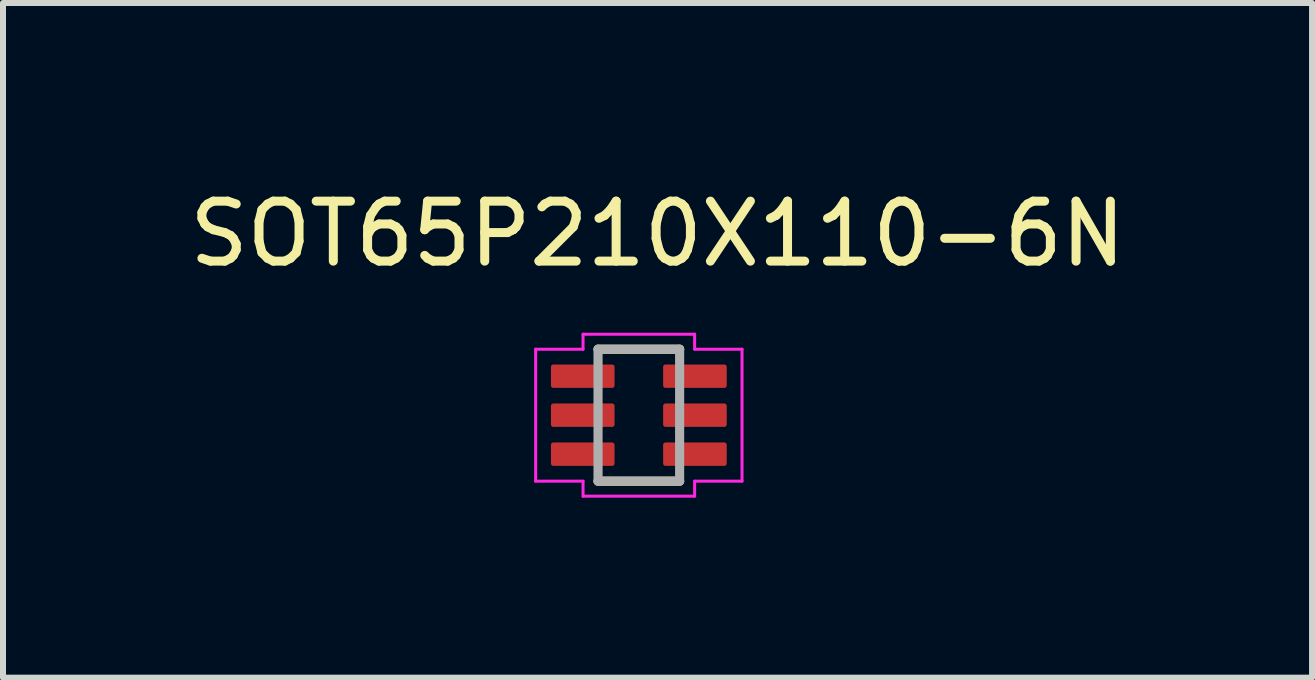
<source format=kicad_pcb>
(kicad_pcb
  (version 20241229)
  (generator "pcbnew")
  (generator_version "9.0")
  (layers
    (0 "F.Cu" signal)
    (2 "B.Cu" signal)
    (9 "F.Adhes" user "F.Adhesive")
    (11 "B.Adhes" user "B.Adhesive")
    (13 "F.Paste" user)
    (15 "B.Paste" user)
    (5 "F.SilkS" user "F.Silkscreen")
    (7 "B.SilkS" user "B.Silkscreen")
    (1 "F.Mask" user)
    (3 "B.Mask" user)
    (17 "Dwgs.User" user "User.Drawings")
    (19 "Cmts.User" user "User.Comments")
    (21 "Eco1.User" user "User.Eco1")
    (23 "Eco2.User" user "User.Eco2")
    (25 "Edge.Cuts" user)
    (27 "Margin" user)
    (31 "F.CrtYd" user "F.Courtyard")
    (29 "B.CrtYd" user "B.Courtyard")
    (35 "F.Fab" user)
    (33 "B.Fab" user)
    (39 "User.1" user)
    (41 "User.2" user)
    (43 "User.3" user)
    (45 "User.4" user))
  (footprint "SOT65P210X110-6N"
    (layer "F.Cu")
    (at 7.599 3.871)
    (property "Reference" "SOT65P210X110-6N" (at 0.312 -3.023 0) (layer "F.SilkS") (effects (font (size 1 1) (thickness 0.15))))
    (attr through_hole)
    (fp_line (start -0.68 1.1) (end 0.68 1.1) (stroke (width 0.152) (type solid)) (layer "F.SilkS"))
    (fp_line (start 0.68 -1.1) (end -0.68 -1.1) (stroke (width 0.152) (type solid)) (layer "F.SilkS"))
    (fp_line (start -1.72 -1.1) (end -0.93 -1.1) (stroke (width 0.05) (type solid)) (layer "F.CrtYd"))
    (fp_line (start -1.72 1.1) (end -1.72 -1.1) (stroke (width 0.05) (type solid)) (layer "F.CrtYd"))
    (fp_line (start -0.93 -1.35) (end 0.93 -1.35) (stroke (width 0.05) (type solid)) (layer "F.CrtYd"))
    (fp_line (start -0.93 -1.1) (end -0.93 -1.35) (stroke (width 0.05) (type solid)) (layer "F.CrtYd"))
    (fp_line (start -0.93 1.1) (end -1.72 1.1) (stroke (width 0.05) (type solid)) (layer "F.CrtYd"))
    (fp_line (start -0.93 1.35) (end -0.93 1.1) (stroke (width 0.05) (type solid)) (layer "F.CrtYd"))
    (fp_line (start 0.93 -1.35) (end 0.93 -1.1) (stroke (width 0.05) (type solid)) (layer "F.CrtYd"))
    (fp_line (start 0.93 -1.1) (end 1.72 -1.1) (stroke (width 0.05) (type solid)) (layer "F.CrtYd"))
    (fp_line (start 0.93 1.1) (end 0.93 1.35) (stroke (width 0.05) (type solid)) (layer "F.CrtYd"))
    (fp_line (start 0.93 1.35) (end -0.93 1.35) (stroke (width 0.05) (type solid)) (layer "F.CrtYd"))
    (fp_line (start 1.72 -1.1) (end 1.72 1.1) (stroke (width 0.05) (type solid)) (layer "F.CrtYd"))
    (fp_line (start 1.72 1.1) (end 0.93 1.1) (stroke (width 0.05) (type solid)) (layer "F.CrtYd"))
    (fp_line (start -0.68 -1.1) (end -0.68 1.1) (stroke (width 0.152) (type solid)) (layer "F.Fab"))
    (fp_line (start -0.68 1.1) (end 0.68 1.1) (stroke (width 0.152) (type solid)) (layer "F.Fab"))
    (fp_line (start 0.68 -1.1) (end -0.68 -1.1) (stroke (width 0.152) (type solid)) (layer "F.Fab"))
    (fp_line (start 0.68 1.1) (end 0.68 -1.1) (stroke (width 0.152) (type solid)) (layer "F.Fab"))
    (pad "1" smd roundrect (at -0.935 -0.65) (size 1.06 0.39) (layers "F.Cu" "F.Mask" "F.Paste") (roundrect_rratio 0.1))
    (pad "2" smd roundrect (at -0.935 0) (size 1.06 0.39) (layers "F.Cu" "F.Mask" "F.Paste") (roundrect_rratio 0.1))
    (pad "3" smd roundrect (at -0.935 0.65) (size 1.06 0.39) (layers "F.Cu" "F.Mask" "F.Paste") (roundrect_rratio 0.1))
    (pad "4" smd roundrect (at 0.935 0.65) (size 1.06 0.39) (layers "F.Cu" "F.Mask" "F.Paste") (roundrect_rratio 0.1))
    (pad "5" smd roundrect (at 0.935 0) (size 1.06 0.39) (layers "F.Cu" "F.Mask" "F.Paste") (roundrect_rratio 0.1))
    (pad "6" smd roundrect (at 0.935 -0.65) (size 1.06 0.39) (layers "F.Cu" "F.Mask" "F.Paste") (roundrect_rratio 0.1)))
  (gr_rect
    (start -3 -3)
    (end 18.821 8.246)
    (stroke (width 0.1) (type default))
    (fill no)
    (layer "Edge.Cuts")))
</source>
